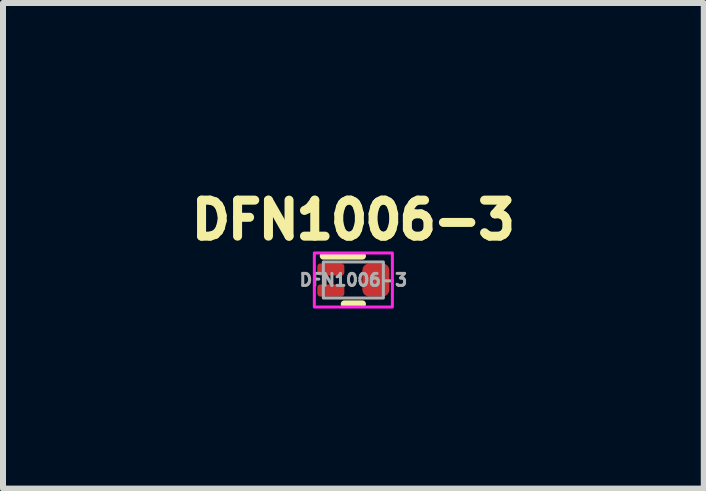
<source format=kicad_pcb>
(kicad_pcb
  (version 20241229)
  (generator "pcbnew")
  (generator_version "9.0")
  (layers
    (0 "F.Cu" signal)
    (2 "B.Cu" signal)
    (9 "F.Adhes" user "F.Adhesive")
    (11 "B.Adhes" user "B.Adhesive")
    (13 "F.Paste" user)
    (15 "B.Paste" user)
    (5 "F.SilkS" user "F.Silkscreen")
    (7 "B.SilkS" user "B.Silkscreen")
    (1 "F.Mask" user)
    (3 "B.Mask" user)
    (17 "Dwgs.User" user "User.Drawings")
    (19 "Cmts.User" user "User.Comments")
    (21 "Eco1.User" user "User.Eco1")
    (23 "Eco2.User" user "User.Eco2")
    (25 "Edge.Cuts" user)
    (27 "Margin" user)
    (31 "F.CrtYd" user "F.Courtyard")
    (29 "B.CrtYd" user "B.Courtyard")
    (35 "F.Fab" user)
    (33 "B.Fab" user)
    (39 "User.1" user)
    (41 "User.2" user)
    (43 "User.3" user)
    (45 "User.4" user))
  (footprint "DFN1006-3"
    (layer "F.Cu")
    (at 2.836 1.614)
    (property "Reference" "DFN1006-3" (at 0 -1 0) (unlocked yes) (layer "F.SilkS") (effects (font (size 0.6 0.6) (thickness 0.15))))
    (attr smd)
    (fp_line (start -0.5 -0.4) (end 0.15 -0.4) (stroke (width 0.12) (type solid)) (layer "F.SilkS"))
    (fp_line (start -0.15 0.4) (end 0.15 0.4) (stroke (width 0.12) (type solid)) (layer "F.SilkS"))
    (fp_rect (start -0.65 -0.45) (end 0.65 0.45) (stroke (width 0.05) (type solid)) (fill no) (layer "F.CrtYd"))
    (fp_rect (start -0.5 -0.3) (end 0.5 0.3) (stroke (width 0.05) (type solid)) (fill no) (layer "F.Fab"))
    (fp_text user "${REFERENCE}" (at 0 0 0) (unlocked yes) (layer "F.Fab") (effects (font (size 0.2 0.2) (thickness 0.05))))
    (pad "1" smd roundrect (at -0.375 -0.175) (size 0.45 0.2) (layers "F.Cu" "F.Mask" "F.Paste") (roundrect_rratio 0.25))
    (pad "2" smd roundrect (at -0.375 0.175) (size 0.45 0.2) (layers "F.Cu" "F.Mask" "F.Paste") (roundrect_rratio 0.25))
    (pad "3" smd roundrect (at 0.375 0) (size 0.45 0.55) (layers "F.Cu" "F.Mask" "F.Paste") (roundrect_rratio 0.25)))
  (gr_rect
    (start -3 -3)
    (end 8.673 5.089)
    (stroke (width 0.1) (type default))
    (fill no)
    (layer "Edge.Cuts")))
</source>
